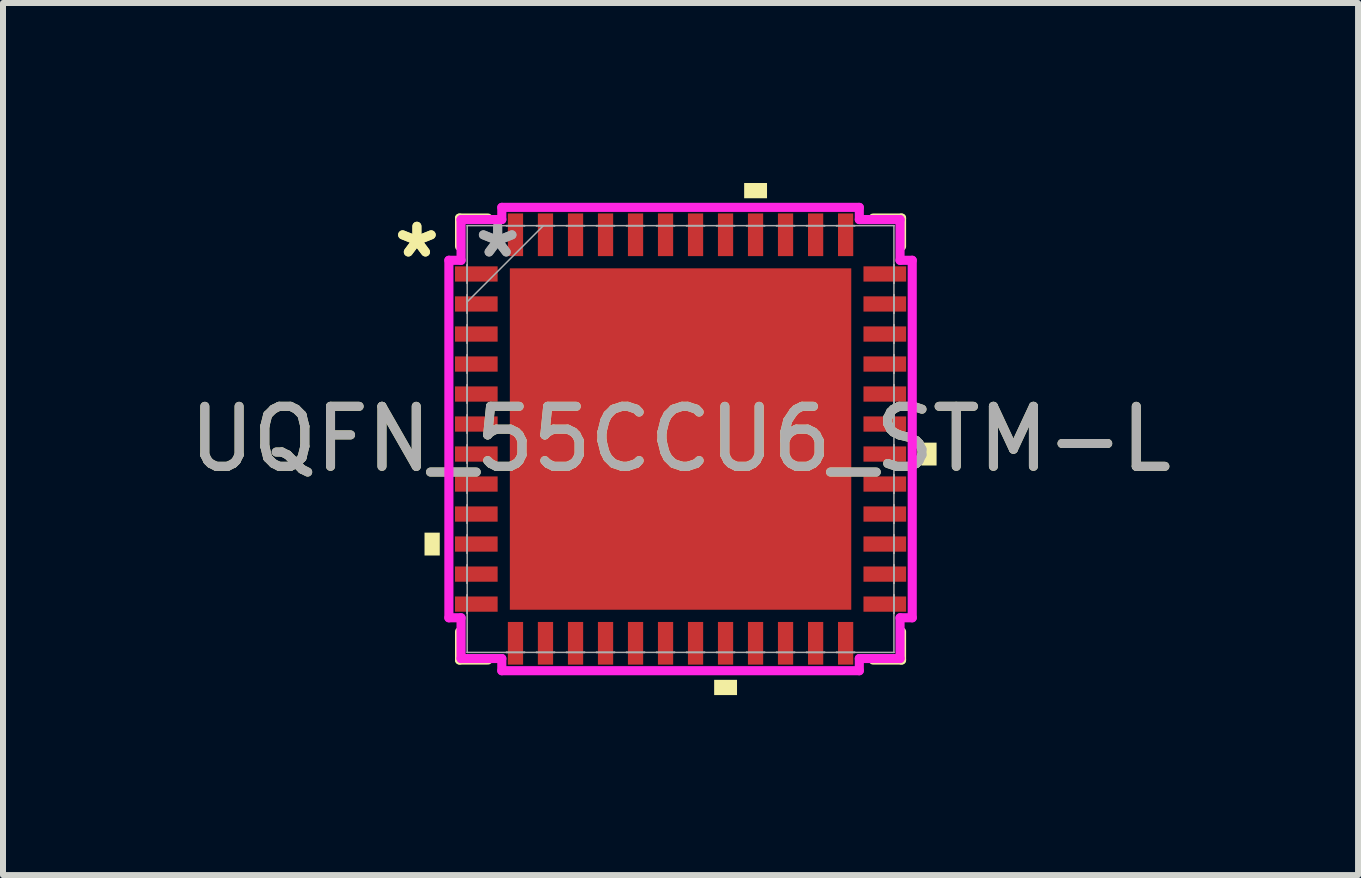
<source format=kicad_pcb>
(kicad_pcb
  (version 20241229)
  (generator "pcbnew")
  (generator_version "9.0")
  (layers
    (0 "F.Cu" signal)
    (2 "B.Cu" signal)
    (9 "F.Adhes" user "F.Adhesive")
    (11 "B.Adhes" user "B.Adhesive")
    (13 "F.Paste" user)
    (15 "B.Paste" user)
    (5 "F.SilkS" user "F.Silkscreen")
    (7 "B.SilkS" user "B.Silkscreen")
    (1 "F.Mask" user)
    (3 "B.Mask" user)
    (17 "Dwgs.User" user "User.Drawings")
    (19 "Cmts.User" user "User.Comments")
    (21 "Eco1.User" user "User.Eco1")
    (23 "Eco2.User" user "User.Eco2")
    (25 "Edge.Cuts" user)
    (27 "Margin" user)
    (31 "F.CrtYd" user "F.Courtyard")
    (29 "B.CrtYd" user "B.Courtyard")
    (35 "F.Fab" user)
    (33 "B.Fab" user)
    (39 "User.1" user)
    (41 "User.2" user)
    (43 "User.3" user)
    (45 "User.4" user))
  (footprint "UQFN_55CCU6_STM-L"
    (layer "F.Cu")
    (at 8.292 4.267)
    (property "Reference" "UQFN_55CCU6_STM-L" (at 0 0 0) (unlocked yes) (layer "F.SilkS") (effects (font (size 1 1) (thickness 0.15))))
    (attr smd)
    (fp_line (start -3.683 -3.683) (end -3.683 -3.21) (stroke (width 0.152) (type solid)) (layer "F.SilkS"))
    (fp_line (start -3.683 3.21) (end -3.683 3.683) (stroke (width 0.152) (type solid)) (layer "F.SilkS"))
    (fp_line (start -3.683 3.683) (end -3.21 3.683) (stroke (width 0.152) (type solid)) (layer "F.SilkS"))
    (fp_line (start -3.21 -3.683) (end -3.683 -3.683) (stroke (width 0.152) (type solid)) (layer "F.SilkS"))
    (fp_line (start 3.21 3.683) (end 3.683 3.683) (stroke (width 0.152) (type solid)) (layer "F.SilkS"))
    (fp_line (start 3.683 -3.683) (end 3.21 -3.683) (stroke (width 0.152) (type solid)) (layer "F.SilkS"))
    (fp_line (start 3.683 -3.21) (end 3.683 -3.683) (stroke (width 0.152) (type solid)) (layer "F.SilkS"))
    (fp_line (start 3.683 3.683) (end 3.683 3.21) (stroke (width 0.152) (type solid)) (layer "F.SilkS"))
    (fp_poly (pts (xy -4.267 1.56) (xy -4.267 1.941) (xy -4.013 1.941) (xy -4.013 1.56)) (stroke (width 0) (type solid)) (fill yes) (layer "F.SilkS"))
    (fp_poly (pts (xy 0.56 4.013) (xy 0.56 4.267) (xy 0.941 4.267) (xy 0.941 4.013)) (stroke (width 0) (type solid)) (fill yes) (layer "F.SilkS"))
    (fp_poly (pts (xy 1.06 -4.013) (xy 1.06 -4.267) (xy 1.441 -4.267) (xy 1.441 -4.013)) (stroke (width 0) (type solid)) (fill yes) (layer "F.SilkS"))
    (fp_poly (pts (xy 4.267 0.06) (xy 4.267 0.441) (xy 4.013 0.441) (xy 4.013 0.06)) (stroke (width 0) (type solid)) (fill yes) (layer "F.SilkS"))
    (fp_poly (pts (xy -2.745 -2.745) (xy -2.745 -1.522) (xy -1.522 -1.522) (xy -1.522 -2.745)) (stroke (width 0) (type solid)) (fill yes) (layer "F.Paste"))
    (fp_poly (pts (xy -2.745 -1.322) (xy -2.745 -0.1) (xy -1.522 -0.1) (xy -1.522 -1.322)) (stroke (width 0) (type solid)) (fill yes) (layer "F.Paste"))
    (fp_poly (pts (xy -2.745 0.1) (xy -2.745 1.322) (xy -1.522 1.322) (xy -1.522 0.1)) (stroke (width 0) (type solid)) (fill yes) (layer "F.Paste"))
    (fp_poly (pts (xy -2.745 1.522) (xy -2.745 2.745) (xy -1.522 2.745) (xy -1.522 1.522)) (stroke (width 0) (type solid)) (fill yes) (layer "F.Paste"))
    (fp_poly (pts (xy -1.322 -2.745) (xy -1.322 -1.522) (xy -0.1 -1.522) (xy -0.1 -2.745)) (stroke (width 0) (type solid)) (fill yes) (layer "F.Paste"))
    (fp_poly (pts (xy -1.322 -1.322) (xy -1.322 -0.1) (xy -0.1 -0.1) (xy -0.1 -1.322)) (stroke (width 0) (type solid)) (fill yes) (layer "F.Paste"))
    (fp_poly (pts (xy -1.322 0.1) (xy -1.322 1.322) (xy -0.1 1.322) (xy -0.1 0.1)) (stroke (width 0) (type solid)) (fill yes) (layer "F.Paste"))
    (fp_poly (pts (xy -1.322 1.522) (xy -1.322 2.745) (xy -0.1 2.745) (xy -0.1 1.522)) (stroke (width 0) (type solid)) (fill yes) (layer "F.Paste"))
    (fp_poly (pts (xy 0.1 -2.745) (xy 0.1 -1.522) (xy 1.322 -1.522) (xy 1.322 -2.745)) (stroke (width 0) (type solid)) (fill yes) (layer "F.Paste"))
    (fp_poly (pts (xy 0.1 -1.322) (xy 0.1 -0.1) (xy 1.322 -0.1) (xy 1.322 -1.322)) (stroke (width 0) (type solid)) (fill yes) (layer "F.Paste"))
    (fp_poly (pts (xy 0.1 0.1) (xy 0.1 1.322) (xy 1.322 1.322) (xy 1.322 0.1)) (stroke (width 0) (type solid)) (fill yes) (layer "F.Paste"))
    (fp_poly (pts (xy 0.1 1.522) (xy 0.1 2.745) (xy 1.322 2.745) (xy 1.322 1.522)) (stroke (width 0) (type solid)) (fill yes) (layer "F.Paste"))
    (fp_poly (pts (xy 1.522 -2.745) (xy 1.522 -1.522) (xy 2.745 -1.522) (xy 2.745 -2.745)) (stroke (width 0) (type solid)) (fill yes) (layer "F.Paste"))
    (fp_poly (pts (xy 1.522 -1.322) (xy 1.522 -0.1) (xy 2.745 -0.1) (xy 2.745 -1.322)) (stroke (width 0) (type solid)) (fill yes) (layer "F.Paste"))
    (fp_poly (pts (xy 1.522 0.1) (xy 1.522 1.322) (xy 2.745 1.322) (xy 2.745 0.1)) (stroke (width 0) (type solid)) (fill yes) (layer "F.Paste"))
    (fp_poly (pts (xy 1.522 1.522) (xy 1.522 2.745) (xy 2.745 2.745) (xy 2.745 1.522)) (stroke (width 0) (type solid)) (fill yes) (layer "F.Paste"))
    (fp_line (start -3.861 -2.979) (end -3.658 -2.979) (stroke (width 0.152) (type solid)) (layer "F.CrtYd"))
    (fp_line (start -3.861 2.979) (end -3.861 -2.979) (stroke (width 0.152) (type solid)) (layer "F.CrtYd"))
    (fp_line (start -3.658 -3.658) (end -2.979 -3.658) (stroke (width 0.152) (type solid)) (layer "F.CrtYd"))
    (fp_line (start -3.658 -2.979) (end -3.658 -3.658) (stroke (width 0.152) (type solid)) (layer "F.CrtYd"))
    (fp_line (start -3.658 2.979) (end -3.861 2.979) (stroke (width 0.152) (type solid)) (layer "F.CrtYd"))
    (fp_line (start -3.658 3.658) (end -3.658 2.979) (stroke (width 0.152) (type solid)) (layer "F.CrtYd"))
    (fp_line (start -2.979 -3.861) (end 2.979 -3.861) (stroke (width 0.152) (type solid)) (layer "F.CrtYd"))
    (fp_line (start -2.979 -3.658) (end -2.979 -3.861) (stroke (width 0.152) (type solid)) (layer "F.CrtYd"))
    (fp_line (start -2.979 3.658) (end -3.658 3.658) (stroke (width 0.152) (type solid)) (layer "F.CrtYd"))
    (fp_line (start -2.979 3.861) (end -2.979 3.658) (stroke (width 0.152) (type solid)) (layer "F.CrtYd"))
    (fp_line (start 2.979 -3.861) (end 2.979 -3.658) (stroke (width 0.152) (type solid)) (layer "F.CrtYd"))
    (fp_line (start 2.979 -3.658) (end 3.658 -3.658) (stroke (width 0.152) (type solid)) (layer "F.CrtYd"))
    (fp_line (start 2.979 3.658) (end 2.979 3.861) (stroke (width 0.152) (type solid)) (layer "F.CrtYd"))
    (fp_line (start 2.979 3.861) (end -2.979 3.861) (stroke (width 0.152) (type solid)) (layer "F.CrtYd"))
    (fp_line (start 3.658 -3.658) (end 3.658 -2.979) (stroke (width 0.152) (type solid)) (layer "F.CrtYd"))
    (fp_line (start 3.658 -2.979) (end 3.861 -2.979) (stroke (width 0.152) (type solid)) (layer "F.CrtYd"))
    (fp_line (start 3.658 2.979) (end 3.658 3.658) (stroke (width 0.152) (type solid)) (layer "F.CrtYd"))
    (fp_line (start 3.658 3.658) (end 2.979 3.658) (stroke (width 0.152) (type solid)) (layer "F.CrtYd"))
    (fp_line (start 3.861 -2.979) (end 3.861 2.979) (stroke (width 0.152) (type solid)) (layer "F.CrtYd"))
    (fp_line (start 3.861 2.979) (end 3.658 2.979) (stroke (width 0.152) (type solid)) (layer "F.CrtYd"))
    (fp_line (start -3.556 -3.556) (end -3.556 -3.556) (stroke (width 0.025) (type solid)) (layer "F.Fab"))
    (fp_line (start -3.556 -3.556) (end -3.556 3.556) (stroke (width 0.025) (type solid)) (layer "F.Fab"))
    (fp_line (start -3.556 -2.903) (end -3.556 -2.903) (stroke (width 0.025) (type solid)) (layer "F.Fab"))
    (fp_line (start -3.556 -2.903) (end -3.556 -2.598) (stroke (width 0.025) (type solid)) (layer "F.Fab"))
    (fp_line (start -3.556 -2.598) (end -3.556 -2.903) (stroke (width 0.025) (type solid)) (layer "F.Fab"))
    (fp_line (start -3.556 -2.598) (end -3.556 -2.598) (stroke (width 0.025) (type solid)) (layer "F.Fab"))
    (fp_line (start -3.556 -2.403) (end -3.556 -2.403) (stroke (width 0.025) (type solid)) (layer "F.Fab"))
    (fp_line (start -3.556 -2.403) (end -3.556 -2.098) (stroke (width 0.025) (type solid)) (layer "F.Fab"))
    (fp_line (start -3.556 -2.286) (end -2.286 -3.556) (stroke (width 0.025) (type solid)) (layer "F.Fab"))
    (fp_line (start -3.556 -2.098) (end -3.556 -2.403) (stroke (width 0.025) (type solid)) (layer "F.Fab"))
    (fp_line (start -3.556 -2.098) (end -3.556 -2.098) (stroke (width 0.025) (type solid)) (layer "F.Fab"))
    (fp_line (start -3.556 -1.903) (end -3.556 -1.903) (stroke (width 0.025) (type solid)) (layer "F.Fab"))
    (fp_line (start -3.556 -1.903) (end -3.556 -1.598) (stroke (width 0.025) (type solid)) (layer "F.Fab"))
    (fp_line (start -3.556 -1.598) (end -3.556 -1.903) (stroke (width 0.025) (type solid)) (layer "F.Fab"))
    (fp_line (start -3.556 -1.598) (end -3.556 -1.598) (stroke (width 0.025) (type solid)) (layer "F.Fab"))
    (fp_line (start -3.556 -1.403) (end -3.556 -1.403) (stroke (width 0.025) (type solid)) (layer "F.Fab"))
    (fp_line (start -3.556 -1.403) (end -3.556 -1.098) (stroke (width 0.025) (type solid)) (layer "F.Fab"))
    (fp_line (start -3.556 -1.098) (end -3.556 -1.403) (stroke (width 0.025) (type solid)) (layer "F.Fab"))
    (fp_line (start -3.556 -1.098) (end -3.556 -1.098) (stroke (width 0.025) (type solid)) (layer "F.Fab"))
    (fp_line (start -3.556 -0.903) (end -3.556 -0.903) (stroke (width 0.025) (type solid)) (layer "F.Fab"))
    (fp_line (start -3.556 -0.903) (end -3.556 -0.598) (stroke (width 0.025) (type solid)) (layer "F.Fab"))
    (fp_line (start -3.556 -0.598) (end -3.556 -0.903) (stroke (width 0.025) (type solid)) (layer "F.Fab"))
    (fp_line (start -3.556 -0.598) (end -3.556 -0.598) (stroke (width 0.025) (type solid)) (layer "F.Fab"))
    (fp_line (start -3.556 -0.402) (end -3.556 -0.402) (stroke (width 0.025) (type solid)) (layer "F.Fab"))
    (fp_line (start -3.556 -0.402) (end -3.556 -0.098) (stroke (width 0.025) (type solid)) (layer "F.Fab"))
    (fp_line (start -3.556 -0.098) (end -3.556 -0.402) (stroke (width 0.025) (type solid)) (layer "F.Fab"))
    (fp_line (start -3.556 -0.098) (end -3.556 -0.098) (stroke (width 0.025) (type solid)) (layer "F.Fab"))
    (fp_line (start -3.556 0.098) (end -3.556 0.098) (stroke (width 0.025) (type solid)) (layer "F.Fab"))
    (fp_line (start -3.556 0.098) (end -3.556 0.402) (stroke (width 0.025) (type solid)) (layer "F.Fab"))
    (fp_line (start -3.556 0.402) (end -3.556 0.098) (stroke (width 0.025) (type solid)) (layer "F.Fab"))
    (fp_line (start -3.556 0.402) (end -3.556 0.402) (stroke (width 0.025) (type solid)) (layer "F.Fab"))
    (fp_line (start -3.556 0.598) (end -3.556 0.598) (stroke (width 0.025) (type solid)) (layer "F.Fab"))
    (fp_line (start -3.556 0.598) (end -3.556 0.903) (stroke (width 0.025) (type solid)) (layer "F.Fab"))
    (fp_line (start -3.556 0.903) (end -3.556 0.598) (stroke (width 0.025) (type solid)) (layer "F.Fab"))
    (fp_line (start -3.556 0.903) (end -3.556 0.903) (stroke (width 0.025) (type solid)) (layer "F.Fab"))
    (fp_line (start -3.556 1.098) (end -3.556 1.098) (stroke (width 0.025) (type solid)) (layer "F.Fab"))
    (fp_line (start -3.556 1.098) (end -3.556 1.403) (stroke (width 0.025) (type solid)) (layer "F.Fab"))
    (fp_line (start -3.556 1.403) (end -3.556 1.098) (stroke (width 0.025) (type solid)) (layer "F.Fab"))
    (fp_line (start -3.556 1.403) (end -3.556 1.403) (stroke (width 0.025) (type solid)) (layer "F.Fab"))
    (fp_line (start -3.556 1.598) (end -3.556 1.598) (stroke (width 0.025) (type solid)) (layer "F.Fab"))
    (fp_line (start -3.556 1.598) (end -3.556 1.903) (stroke (width 0.025) (type solid)) (layer "F.Fab"))
    (fp_line (start -3.556 1.903) (end -3.556 1.598) (stroke (width 0.025) (type solid)) (layer "F.Fab"))
    (fp_line (start -3.556 1.903) (end -3.556 1.903) (stroke (width 0.025) (type solid)) (layer "F.Fab"))
    (fp_line (start -3.556 2.098) (end -3.556 2.098) (stroke (width 0.025) (type solid)) (layer "F.Fab"))
    (fp_line (start -3.556 2.098) (end -3.556 2.403) (stroke (width 0.025) (type solid)) (layer "F.Fab"))
    (fp_line (start -3.556 2.403) (end -3.556 2.098) (stroke (width 0.025) (type solid)) (layer "F.Fab"))
    (fp_line (start -3.556 2.403) (end -3.556 2.403) (stroke (width 0.025) (type solid)) (layer "F.Fab"))
    (fp_line (start -3.556 2.598) (end -3.556 2.598) (stroke (width 0.025) (type solid)) (layer "F.Fab"))
    (fp_line (start -3.556 2.598) (end -3.556 2.903) (stroke (width 0.025) (type solid)) (layer "F.Fab"))
    (fp_line (start -3.556 2.903) (end -3.556 2.598) (stroke (width 0.025) (type solid)) (layer "F.Fab"))
    (fp_line (start -3.556 2.903) (end -3.556 2.903) (stroke (width 0.025) (type solid)) (layer "F.Fab"))
    (fp_line (start -3.556 3.556) (end -3.556 3.556) (stroke (width 0.025) (type solid)) (layer "F.Fab"))
    (fp_line (start -3.556 3.556) (end 3.556 3.556) (stroke (width 0.025) (type solid)) (layer "F.Fab"))
    (fp_line (start -2.903 -3.556) (end -2.903 -3.556) (stroke (width 0.025) (type solid)) (layer "F.Fab"))
    (fp_line (start -2.903 -3.556) (end -2.598 -3.556) (stroke (width 0.025) (type solid)) (layer "F.Fab"))
    (fp_line (start -2.903 3.556) (end -2.903 3.556) (stroke (width 0.025) (type solid)) (layer "F.Fab"))
    (fp_line (start -2.903 3.556) (end -2.598 3.556) (stroke (width 0.025) (type solid)) (layer "F.Fab"))
    (fp_line (start -2.598 -3.556) (end -2.903 -3.556) (stroke (width 0.025) (type solid)) (layer "F.Fab"))
    (fp_line (start -2.598 -3.556) (end -2.598 -3.556) (stroke (width 0.025) (type solid)) (layer "F.Fab"))
    (fp_line (start -2.598 3.556) (end -2.903 3.556) (stroke (width 0.025) (type solid)) (layer "F.Fab"))
    (fp_line (start -2.598 3.556) (end -2.598 3.556) (stroke (width 0.025) (type solid)) (layer "F.Fab"))
    (fp_line (start -2.403 -3.556) (end -2.403 -3.556) (stroke (width 0.025) (type solid)) (layer "F.Fab"))
    (fp_line (start -2.403 -3.556) (end -2.098 -3.556) (stroke (width 0.025) (type solid)) (layer "F.Fab"))
    (fp_line (start -2.403 3.556) (end -2.403 3.556) (stroke (width 0.025) (type solid)) (layer "F.Fab"))
    (fp_line (start -2.403 3.556) (end -2.098 3.556) (stroke (width 0.025) (type solid)) (layer "F.Fab"))
    (fp_line (start -2.098 -3.556) (end -2.403 -3.556) (stroke (width 0.025) (type solid)) (layer "F.Fab"))
    (fp_line (start -2.098 -3.556) (end -2.098 -3.556) (stroke (width 0.025) (type solid)) (layer "F.Fab"))
    (fp_line (start -2.098 3.556) (end -2.403 3.556) (stroke (width 0.025) (type solid)) (layer "F.Fab"))
    (fp_line (start -2.098 3.556) (end -2.098 3.556) (stroke (width 0.025) (type solid)) (layer "F.Fab"))
    (fp_line (start -1.903 -3.556) (end -1.903 -3.556) (stroke (width 0.025) (type solid)) (layer "F.Fab"))
    (fp_line (start -1.903 -3.556) (end -1.598 -3.556) (stroke (width 0.025) (type solid)) (layer "F.Fab"))
    (fp_line (start -1.903 3.556) (end -1.903 3.556) (stroke (width 0.025) (type solid)) (layer "F.Fab"))
    (fp_line (start -1.903 3.556) (end -1.598 3.556) (stroke (width 0.025) (type solid)) (layer "F.Fab"))
    (fp_line (start -1.598 -3.556) (end -1.903 -3.556) (stroke (width 0.025) (type solid)) (layer "F.Fab"))
    (fp_line (start -1.598 -3.556) (end -1.598 -3.556) (stroke (width 0.025) (type solid)) (layer "F.Fab"))
    (fp_line (start -1.598 3.556) (end -1.903 3.556) (stroke (width 0.025) (type solid)) (layer "F.Fab"))
    (fp_line (start -1.598 3.556) (end -1.598 3.556) (stroke (width 0.025) (type solid)) (layer "F.Fab"))
    (fp_line (start -1.403 -3.556) (end -1.403 -3.556) (stroke (width 0.025) (type solid)) (layer "F.Fab"))
    (fp_line (start -1.403 -3.556) (end -1.098 -3.556) (stroke (width 0.025) (type solid)) (layer "F.Fab"))
    (fp_line (start -1.403 3.556) (end -1.403 3.556) (stroke (width 0.025) (type solid)) (layer "F.Fab"))
    (fp_line (start -1.403 3.556) (end -1.098 3.556) (stroke (width 0.025) (type solid)) (layer "F.Fab"))
    (fp_line (start -1.098 -3.556) (end -1.403 -3.556) (stroke (width 0.025) (type solid)) (layer "F.Fab"))
    (fp_line (start -1.098 -3.556) (end -1.098 -3.556) (stroke (width 0.025) (type solid)) (layer "F.Fab"))
    (fp_line (start -1.098 3.556) (end -1.403 3.556) (stroke (width 0.025) (type solid)) (layer "F.Fab"))
    (fp_line (start -1.098 3.556) (end -1.098 3.556) (stroke (width 0.025) (type solid)) (layer "F.Fab"))
    (fp_line (start -0.903 -3.556) (end -0.903 -3.556) (stroke (width 0.025) (type solid)) (layer "F.Fab"))
    (fp_line (start -0.903 -3.556) (end -0.598 -3.556) (stroke (width 0.025) (type solid)) (layer "F.Fab"))
    (fp_line (start -0.903 3.556) (end -0.903 3.556) (stroke (width 0.025) (type solid)) (layer "F.Fab"))
    (fp_line (start -0.903 3.556) (end -0.598 3.556) (stroke (width 0.025) (type solid)) (layer "F.Fab"))
    (fp_line (start -0.598 -3.556) (end -0.903 -3.556) (stroke (width 0.025) (type solid)) (layer "F.Fab"))
    (fp_line (start -0.598 -3.556) (end -0.598 -3.556) (stroke (width 0.025) (type solid)) (layer "F.Fab"))
    (fp_line (start -0.598 3.556) (end -0.903 3.556) (stroke (width 0.025) (type solid)) (layer "F.Fab"))
    (fp_line (start -0.598 3.556) (end -0.598 3.556) (stroke (width 0.025) (type solid)) (layer "F.Fab"))
    (fp_line (start -0.402 -3.556) (end -0.402 -3.556) (stroke (width 0.025) (type solid)) (layer "F.Fab"))
    (fp_line (start -0.402 -3.556) (end -0.098 -3.556) (stroke (width 0.025) (type solid)) (layer "F.Fab"))
    (fp_line (start -0.402 3.556) (end -0.402 3.556) (stroke (width 0.025) (type solid)) (layer "F.Fab"))
    (fp_line (start -0.402 3.556) (end -0.098 3.556) (stroke (width 0.025) (type solid)) (layer "F.Fab"))
    (fp_line (start -0.098 -3.556) (end -0.402 -3.556) (stroke (width 0.025) (type solid)) (layer "F.Fab"))
    (fp_line (start -0.098 -3.556) (end -0.098 -3.556) (stroke (width 0.025) (type solid)) (layer "F.Fab"))
    (fp_line (start -0.098 3.556) (end -0.402 3.556) (stroke (width 0.025) (type solid)) (layer "F.Fab"))
    (fp_line (start -0.098 3.556) (end -0.098 3.556) (stroke (width 0.025) (type solid)) (layer "F.Fab"))
    (fp_line (start 0.098 -3.556) (end 0.098 -3.556) (stroke (width 0.025) (type solid)) (layer "F.Fab"))
    (fp_line (start 0.098 -3.556) (end 0.402 -3.556) (stroke (width 0.025) (type solid)) (layer "F.Fab"))
    (fp_line (start 0.098 3.556) (end 0.098 3.556) (stroke (width 0.025) (type solid)) (layer "F.Fab"))
    (fp_line (start 0.098 3.556) (end 0.402 3.556) (stroke (width 0.025) (type solid)) (layer "F.Fab"))
    (fp_line (start 0.402 -3.556) (end 0.098 -3.556) (stroke (width 0.025) (type solid)) (layer "F.Fab"))
    (fp_line (start 0.402 -3.556) (end 0.402 -3.556) (stroke (width 0.025) (type solid)) (layer "F.Fab"))
    (fp_line (start 0.402 3.556) (end 0.098 3.556) (stroke (width 0.025) (type solid)) (layer "F.Fab"))
    (fp_line (start 0.402 3.556) (end 0.402 3.556) (stroke (width 0.025) (type solid)) (layer "F.Fab"))
    (fp_line (start 0.598 -3.556) (end 0.598 -3.556) (stroke (width 0.025) (type solid)) (layer "F.Fab"))
    (fp_line (start 0.598 -3.556) (end 0.903 -3.556) (stroke (width 0.025) (type solid)) (layer "F.Fab"))
    (fp_line (start 0.598 3.556) (end 0.598 3.556) (stroke (width 0.025) (type solid)) (layer "F.Fab"))
    (fp_line (start 0.598 3.556) (end 0.903 3.556) (stroke (width 0.025) (type solid)) (layer "F.Fab"))
    (fp_line (start 0.903 -3.556) (end 0.598 -3.556) (stroke (width 0.025) (type solid)) (layer "F.Fab"))
    (fp_line (start 0.903 -3.556) (end 0.903 -3.556) (stroke (width 0.025) (type solid)) (layer "F.Fab"))
    (fp_line (start 0.903 3.556) (end 0.598 3.556) (stroke (width 0.025) (type solid)) (layer "F.Fab"))
    (fp_line (start 0.903 3.556) (end 0.903 3.556) (stroke (width 0.025) (type solid)) (layer "F.Fab"))
    (fp_line (start 1.098 -3.556) (end 1.098 -3.556) (stroke (width 0.025) (type solid)) (layer "F.Fab"))
    (fp_line (start 1.098 -3.556) (end 1.403 -3.556) (stroke (width 0.025) (type solid)) (layer "F.Fab"))
    (fp_line (start 1.098 3.556) (end 1.098 3.556) (stroke (width 0.025) (type solid)) (layer "F.Fab"))
    (fp_line (start 1.098 3.556) (end 1.403 3.556) (stroke (width 0.025) (type solid)) (layer "F.Fab"))
    (fp_line (start 1.403 -3.556) (end 1.098 -3.556) (stroke (width 0.025) (type solid)) (layer "F.Fab"))
    (fp_line (start 1.403 -3.556) (end 1.403 -3.556) (stroke (width 0.025) (type solid)) (layer "F.Fab"))
    (fp_line (start 1.403 3.556) (end 1.098 3.556) (stroke (width 0.025) (type solid)) (layer "F.Fab"))
    (fp_line (start 1.403 3.556) (end 1.403 3.556) (stroke (width 0.025) (type solid)) (layer "F.Fab"))
    (fp_line (start 1.598 -3.556) (end 1.598 -3.556) (stroke (width 0.025) (type solid)) (layer "F.Fab"))
    (fp_line (start 1.598 -3.556) (end 1.903 -3.556) (stroke (width 0.025) (type solid)) (layer "F.Fab"))
    (fp_line (start 1.598 3.556) (end 1.598 3.556) (stroke (width 0.025) (type solid)) (layer "F.Fab"))
    (fp_line (start 1.598 3.556) (end 1.903 3.556) (stroke (width 0.025) (type solid)) (layer "F.Fab"))
    (fp_line (start 1.903 -3.556) (end 1.598 -3.556) (stroke (width 0.025) (type solid)) (layer "F.Fab"))
    (fp_line (start 1.903 -3.556) (end 1.903 -3.556) (stroke (width 0.025) (type solid)) (layer "F.Fab"))
    (fp_line (start 1.903 3.556) (end 1.598 3.556) (stroke (width 0.025) (type solid)) (layer "F.Fab"))
    (fp_line (start 1.903 3.556) (end 1.903 3.556) (stroke (width 0.025) (type solid)) (layer "F.Fab"))
    (fp_line (start 2.098 -3.556) (end 2.098 -3.556) (stroke (width 0.025) (type solid)) (layer "F.Fab"))
    (fp_line (start 2.098 -3.556) (end 2.403 -3.556) (stroke (width 0.025) (type solid)) (layer "F.Fab"))
    (fp_line (start 2.098 3.556) (end 2.098 3.556) (stroke (width 0.025) (type solid)) (layer "F.Fab"))
    (fp_line (start 2.098 3.556) (end 2.403 3.556) (stroke (width 0.025) (type solid)) (layer "F.Fab"))
    (fp_line (start 2.403 -3.556) (end 2.098 -3.556) (stroke (width 0.025) (type solid)) (layer "F.Fab"))
    (fp_line (start 2.403 -3.556) (end 2.403 -3.556) (stroke (width 0.025) (type solid)) (layer "F.Fab"))
    (fp_line (start 2.403 3.556) (end 2.098 3.556) (stroke (width 0.025) (type solid)) (layer "F.Fab"))
    (fp_line (start 2.403 3.556) (end 2.403 3.556) (stroke (width 0.025) (type solid)) (layer "F.Fab"))
    (fp_line (start 2.598 -3.556) (end 2.598 -3.556) (stroke (width 0.025) (type solid)) (layer "F.Fab"))
    (fp_line (start 2.598 -3.556) (end 2.903 -3.556) (stroke (width 0.025) (type solid)) (layer "F.Fab"))
    (fp_line (start 2.598 3.556) (end 2.598 3.556) (stroke (width 0.025) (type solid)) (layer "F.Fab"))
    (fp_line (start 2.598 3.556) (end 2.903 3.556) (stroke (width 0.025) (type solid)) (layer "F.Fab"))
    (fp_line (start 2.903 -3.556) (end 2.598 -3.556) (stroke (width 0.025) (type solid)) (layer "F.Fab"))
    (fp_line (start 2.903 -3.556) (end 2.903 -3.556) (stroke (width 0.025) (type solid)) (layer "F.Fab"))
    (fp_line (start 2.903 3.556) (end 2.598 3.556) (stroke (width 0.025) (type solid)) (layer "F.Fab"))
    (fp_line (start 2.903 3.556) (end 2.903 3.556) (stroke (width 0.025) (type solid)) (layer "F.Fab"))
    (fp_line (start 3.556 -3.556) (end -3.556 -3.556) (stroke (width 0.025) (type solid)) (layer "F.Fab"))
    (fp_line (start 3.556 -3.556) (end 3.556 -3.556) (stroke (width 0.025) (type solid)) (layer "F.Fab"))
    (fp_line (start 3.556 -2.903) (end 3.556 -2.903) (stroke (width 0.025) (type solid)) (layer "F.Fab"))
    (fp_line (start 3.556 -2.903) (end 3.556 -2.598) (stroke (width 0.025) (type solid)) (layer "F.Fab"))
    (fp_line (start 3.556 -2.598) (end 3.556 -2.903) (stroke (width 0.025) (type solid)) (layer "F.Fab"))
    (fp_line (start 3.556 -2.598) (end 3.556 -2.598) (stroke (width 0.025) (type solid)) (layer "F.Fab"))
    (fp_line (start 3.556 -2.403) (end 3.556 -2.403) (stroke (width 0.025) (type solid)) (layer "F.Fab"))
    (fp_line (start 3.556 -2.403) (end 3.556 -2.098) (stroke (width 0.025) (type solid)) (layer "F.Fab"))
    (fp_line (start 3.556 -2.098) (end 3.556 -2.403) (stroke (width 0.025) (type solid)) (layer "F.Fab"))
    (fp_line (start 3.556 -2.098) (end 3.556 -2.098) (stroke (width 0.025) (type solid)) (layer "F.Fab"))
    (fp_line (start 3.556 -1.903) (end 3.556 -1.903) (stroke (width 0.025) (type solid)) (layer "F.Fab"))
    (fp_line (start 3.556 -1.903) (end 3.556 -1.598) (stroke (width 0.025) (type solid)) (layer "F.Fab"))
    (fp_line (start 3.556 -1.598) (end 3.556 -1.903) (stroke (width 0.025) (type solid)) (layer "F.Fab"))
    (fp_line (start 3.556 -1.598) (end 3.556 -1.598) (stroke (width 0.025) (type solid)) (layer "F.Fab"))
    (fp_line (start 3.556 -1.403) (end 3.556 -1.403) (stroke (width 0.025) (type solid)) (layer "F.Fab"))
    (fp_line (start 3.556 -1.403) (end 3.556 -1.098) (stroke (width 0.025) (type solid)) (layer "F.Fab"))
    (fp_line (start 3.556 -1.098) (end 3.556 -1.403) (stroke (width 0.025) (type solid)) (layer "F.Fab"))
    (fp_line (start 3.556 -1.098) (end 3.556 -1.098) (stroke (width 0.025) (type solid)) (layer "F.Fab"))
    (fp_line (start 3.556 -0.903) (end 3.556 -0.903) (stroke (width 0.025) (type solid)) (layer "F.Fab"))
    (fp_line (start 3.556 -0.903) (end 3.556 -0.598) (stroke (width 0.025) (type solid)) (layer "F.Fab"))
    (fp_line (start 3.556 -0.598) (end 3.556 -0.903) (stroke (width 0.025) (type solid)) (layer "F.Fab"))
    (fp_line (start 3.556 -0.598) (end 3.556 -0.598) (stroke (width 0.025) (type solid)) (layer "F.Fab"))
    (fp_line (start 3.556 -0.402) (end 3.556 -0.402) (stroke (width 0.025) (type solid)) (layer "F.Fab"))
    (fp_line (start 3.556 -0.402) (end 3.556 -0.098) (stroke (width 0.025) (type solid)) (layer "F.Fab"))
    (fp_line (start 3.556 -0.098) (end 3.556 -0.402) (stroke (width 0.025) (type solid)) (layer "F.Fab"))
    (fp_line (start 3.556 -0.098) (end 3.556 -0.098) (stroke (width 0.025) (type solid)) (layer "F.Fab"))
    (fp_line (start 3.556 0.098) (end 3.556 0.098) (stroke (width 0.025) (type solid)) (layer "F.Fab"))
    (fp_line (start 3.556 0.098) (end 3.556 0.402) (stroke (width 0.025) (type solid)) (layer "F.Fab"))
    (fp_line (start 3.556 0.402) (end 3.556 0.098) (stroke (width 0.025) (type solid)) (layer "F.Fab"))
    (fp_line (start 3.556 0.402) (end 3.556 0.402) (stroke (width 0.025) (type solid)) (layer "F.Fab"))
    (fp_line (start 3.556 0.598) (end 3.556 0.598) (stroke (width 0.025) (type solid)) (layer "F.Fab"))
    (fp_line (start 3.556 0.598) (end 3.556 0.903) (stroke (width 0.025) (type solid)) (layer "F.Fab"))
    (fp_line (start 3.556 0.903) (end 3.556 0.598) (stroke (width 0.025) (type solid)) (layer "F.Fab"))
    (fp_line (start 3.556 0.903) (end 3.556 0.903) (stroke (width 0.025) (type solid)) (layer "F.Fab"))
    (fp_line (start 3.556 1.098) (end 3.556 1.098) (stroke (width 0.025) (type solid)) (layer "F.Fab"))
    (fp_line (start 3.556 1.098) (end 3.556 1.403) (stroke (width 0.025) (type solid)) (layer "F.Fab"))
    (fp_line (start 3.556 1.403) (end 3.556 1.098) (stroke (width 0.025) (type solid)) (layer "F.Fab"))
    (fp_line (start 3.556 1.403) (end 3.556 1.403) (stroke (width 0.025) (type solid)) (layer "F.Fab"))
    (fp_line (start 3.556 1.598) (end 3.556 1.598) (stroke (width 0.025) (type solid)) (layer "F.Fab"))
    (fp_line (start 3.556 1.598) (end 3.556 1.903) (stroke (width 0.025) (type solid)) (layer "F.Fab"))
    (fp_line (start 3.556 1.903) (end 3.556 1.598) (stroke (width 0.025) (type solid)) (layer "F.Fab"))
    (fp_line (start 3.556 1.903) (end 3.556 1.903) (stroke (width 0.025) (type solid)) (layer "F.Fab"))
    (fp_line (start 3.556 2.098) (end 3.556 2.098) (stroke (width 0.025) (type solid)) (layer "F.Fab"))
    (fp_line (start 3.556 2.098) (end 3.556 2.403) (stroke (width 0.025) (type solid)) (layer "F.Fab"))
    (fp_line (start 3.556 2.403) (end 3.556 2.098) (stroke (width 0.025) (type solid)) (layer "F.Fab"))
    (fp_line (start 3.556 2.403) (end 3.556 2.403) (stroke (width 0.025) (type solid)) (layer "F.Fab"))
    (fp_line (start 3.556 2.598) (end 3.556 2.598) (stroke (width 0.025) (type solid)) (layer "F.Fab"))
    (fp_line (start 3.556 2.598) (end 3.556 2.903) (stroke (width 0.025) (type solid)) (layer "F.Fab"))
    (fp_line (start 3.556 2.903) (end 3.556 2.598) (stroke (width 0.025) (type solid)) (layer "F.Fab"))
    (fp_line (start 3.556 2.903) (end 3.556 2.903) (stroke (width 0.025) (type solid)) (layer "F.Fab"))
    (fp_line (start 3.556 3.556) (end 3.556 -3.556) (stroke (width 0.025) (type solid)) (layer "F.Fab"))
    (fp_line (start 3.556 3.556) (end 3.556 3.556) (stroke (width 0.025) (type solid)) (layer "F.Fab"))
    (fp_text user "*" (at -4.394 -3.001 0) (layer "F.SilkS") (effects (font (size 1 1) (thickness 0.15))))
    (fp_text user "*" (at -4.394 -3.001 0) (unlocked yes) (layer "F.SilkS") (effects (font (size 1 1) (thickness 0.15))))
    (fp_text user "${REFERENCE}" (at 0 0 0) (unlocked yes) (layer "F.Fab") (effects (font (size 1 1) (thickness 0.15))))
    (fp_text user "*" (at -3.048 -3.001 0) (unlocked yes) (layer "F.Fab") (effects (font (size 1 1) (thickness 0.15))))
    (fp_text user "*" (at -3.048 -3.001 0) (layer "F.Fab") (effects (font (size 1 1) (thickness 0.15))))
    (pad "1" smd rect (at -3.404 -2.751 90) (size 0.254 0.711) (layers "F.Cu" "F.Mask" "F.Paste"))
    (pad "2" smd rect (at -3.404 -2.251 90) (size 0.254 0.711) (layers "F.Cu" "F.Mask" "F.Paste"))
    (pad "3" smd rect (at -3.404 -1.75 90) (size 0.254 0.711) (layers "F.Cu" "F.Mask" "F.Paste"))
    (pad "4" smd rect (at -3.404 -1.25 90) (size 0.254 0.711) (layers "F.Cu" "F.Mask" "F.Paste"))
    (pad "5" smd rect (at -3.404 -0.75 90) (size 0.254 0.711) (layers "F.Cu" "F.Mask" "F.Paste"))
    (pad "6" smd rect (at -3.404 -0.25 90) (size 0.254 0.711) (layers "F.Cu" "F.Mask" "F.Paste"))
    (pad "7" smd rect (at -3.404 0.25 90) (size 0.254 0.711) (layers "F.Cu" "F.Mask" "F.Paste"))
    (pad "8" smd rect (at -3.404 0.75 90) (size 0.254 0.711) (layers "F.Cu" "F.Mask" "F.Paste"))
    (pad "9" smd rect (at -3.404 1.25 90) (size 0.254 0.711) (layers "F.Cu" "F.Mask" "F.Paste"))
    (pad "10" smd rect (at -3.404 1.75 90) (size 0.254 0.711) (layers "F.Cu" "F.Mask" "F.Paste"))
    (pad "11" smd rect (at -3.404 2.251 90) (size 0.254 0.711) (layers "F.Cu" "F.Mask" "F.Paste"))
    (pad "12" smd rect (at -3.404 2.751 90) (size 0.254 0.711) (layers "F.Cu" "F.Mask" "F.Paste"))
    (pad "13" smd rect (at -2.751 3.404) (size 0.254 0.711) (layers "F.Cu" "F.Mask" "F.Paste"))
    (pad "14" smd rect (at -2.251 3.404) (size 0.254 0.711) (layers "F.Cu" "F.Mask" "F.Paste"))
    (pad "15" smd rect (at -1.75 3.404) (size 0.254 0.711) (layers "F.Cu" "F.Mask" "F.Paste"))
    (pad "16" smd rect (at -1.25 3.404) (size 0.254 0.711) (layers "F.Cu" "F.Mask" "F.Paste"))
    (pad "17" smd rect (at -0.75 3.404) (size 0.254 0.711) (layers "F.Cu" "F.Mask" "F.Paste"))
    (pad "18" smd rect (at -0.25 3.404) (size 0.254 0.711) (layers "F.Cu" "F.Mask" "F.Paste"))
    (pad "19" smd rect (at 0.25 3.404) (size 0.254 0.711) (layers "F.Cu" "F.Mask" "F.Paste"))
    (pad "20" smd rect (at 0.75 3.404) (size 0.254 0.711) (layers "F.Cu" "F.Mask" "F.Paste"))
    (pad "21" smd rect (at 1.25 3.404) (size 0.254 0.711) (layers "F.Cu" "F.Mask" "F.Paste"))
    (pad "22" smd rect (at 1.75 3.404) (size 0.254 0.711) (layers "F.Cu" "F.Mask" "F.Paste"))
    (pad "23" smd rect (at 2.251 3.404) (size 0.254 0.711) (layers "F.Cu" "F.Mask" "F.Paste"))
    (pad "24" smd rect (at 2.751 3.404) (size 0.254 0.711) (layers "F.Cu" "F.Mask" "F.Paste"))
    (pad "25" smd rect (at 3.404 2.751 90) (size 0.254 0.711) (layers "F.Cu" "F.Mask" "F.Paste"))
    (pad "26" smd rect (at 3.404 2.251 90) (size 0.254 0.711) (layers "F.Cu" "F.Mask" "F.Paste"))
    (pad "27" smd rect (at 3.404 1.75 90) (size 0.254 0.711) (layers "F.Cu" "F.Mask" "F.Paste"))
    (pad "28" smd rect (at 3.404 1.25 90) (size 0.254 0.711) (layers "F.Cu" "F.Mask" "F.Paste"))
    (pad "29" smd rect (at 3.404 0.75 90) (size 0.254 0.711) (layers "F.Cu" "F.Mask" "F.Paste"))
    (pad "30" smd rect (at 3.404 0.25 90) (size 0.254 0.711) (layers "F.Cu" "F.Mask" "F.Paste"))
    (pad "31" smd rect (at 3.404 -0.25 90) (size 0.254 0.711) (layers "F.Cu" "F.Mask" "F.Paste"))
    (pad "32" smd rect (at 3.404 -0.75 90) (size 0.254 0.711) (layers "F.Cu" "F.Mask" "F.Paste"))
    (pad "33" smd rect (at 3.404 -1.25 90) (size 0.254 0.711) (layers "F.Cu" "F.Mask" "F.Paste"))
    (pad "34" smd rect (at 3.404 -1.75 90) (size 0.254 0.711) (layers "F.Cu" "F.Mask" "F.Paste"))
    (pad "35" smd rect (at 3.404 -2.251 90) (size 0.254 0.711) (layers "F.Cu" "F.Mask" "F.Paste"))
    (pad "36" smd rect (at 3.404 -2.751 90) (size 0.254 0.711) (layers "F.Cu" "F.Mask" "F.Paste"))
    (pad "37" smd rect (at 2.751 -3.404) (size 0.254 0.711) (layers "F.Cu" "F.Mask" "F.Paste"))
    (pad "38" smd rect (at 2.251 -3.404) (size 0.254 0.711) (layers "F.Cu" "F.Mask" "F.Paste"))
    (pad "39" smd rect (at 1.75 -3.404) (size 0.254 0.711) (layers "F.Cu" "F.Mask" "F.Paste"))
    (pad "40" smd rect (at 1.25 -3.404) (size 0.254 0.711) (layers "F.Cu" "F.Mask" "F.Paste"))
    (pad "41" smd rect (at 0.75 -3.404) (size 0.254 0.711) (layers "F.Cu" "F.Mask" "F.Paste"))
    (pad "42" smd rect (at 0.25 -3.404) (size 0.254 0.711) (layers "F.Cu" "F.Mask" "F.Paste"))
    (pad "43" smd rect (at -0.25 -3.404) (size 0.254 0.711) (layers "F.Cu" "F.Mask" "F.Paste"))
    (pad "44" smd rect (at -0.75 -3.404) (size 0.254 0.711) (layers "F.Cu" "F.Mask" "F.Paste"))
    (pad "45" smd rect (at -1.25 -3.404) (size 0.254 0.711) (layers "F.Cu" "F.Mask" "F.Paste"))
    (pad "46" smd rect (at -1.75 -3.404) (size 0.254 0.711) (layers "F.Cu" "F.Mask" "F.Paste"))
    (pad "47" smd rect (at -2.251 -3.404) (size 0.254 0.711) (layers "F.Cu" "F.Mask" "F.Paste"))
    (pad "48" smd rect (at -2.751 -3.404) (size 0.254 0.711) (layers "F.Cu" "F.Mask" "F.Paste"))
    (pad "49" smd rect (at 0 0) (size 5.69 5.69) (layers "F.Cu" "F.Mask")))
  (gr_rect
    (start -3 -3)
    (end 19.583 11.534)
    (stroke (width 0.1) (type default))
    (fill no)
    (layer "Edge.Cuts")))
</source>
